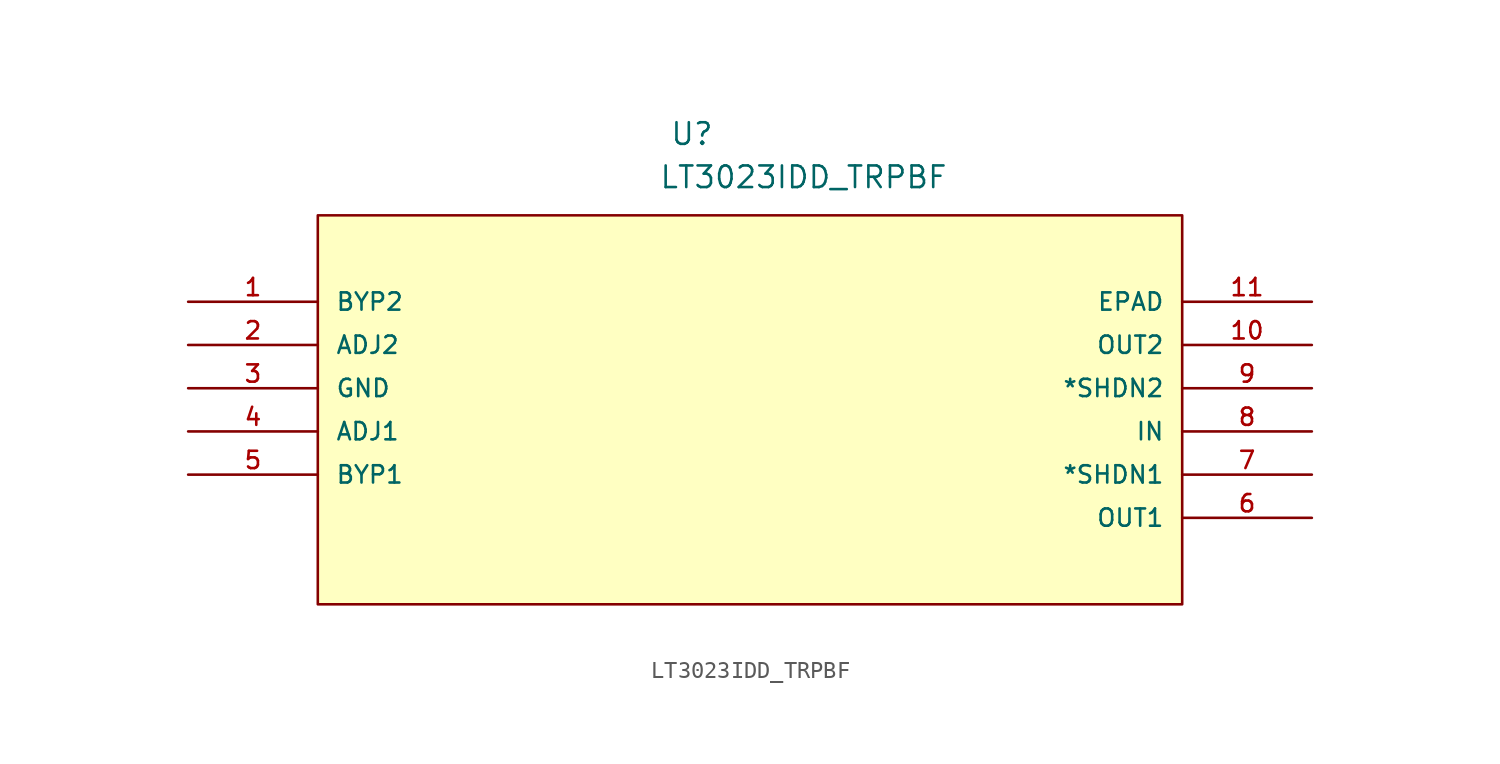
<source format=kicad_sym>
(kicad_symbol_lib
  (version 20231120)
  (generator "kicad_symbol_editor")
  (generator_version "8.0")
  (symbol "LT3023IDD_TRPBF"
    (pin_names
      (offset 1.016))
    (property "Reference" "U"
      (at 28.296 9.119 0)
      (effects (font (size 1.27 1.27)) (justify left bottom)))
    (property "Value" "LT3023IDD_TRPBF"
      (at 27.661 6.579 0)
      (effects (font (size 1.27 1.27)) (justify left bottom)))
    (symbol "LT3023IDD_TRPBF_0_0"
      (rectangle (start 7.62 -17.78) (end 58.42 5.08) (stroke (width 0.152) (type default)) (fill (type background)))
      (pin passive line (at 0 0 0) (length 7.62) (name "BYP2" (effects (font (size 1.016 1.016)))) (number "1" (effects (font (size 1.016 1.016)))))
      (pin output line (at 66.04 -2.54 180) (length 7.62) (name "OUT2" (effects (font (size 1.016 1.016)))) (number "10" (effects (font (size 1.016 1.016)))))
      (pin passive line (at 66.04 0 180) (length 7.62) (name "EPAD" (effects (font (size 1.016 1.016)))) (number "11" (effects (font (size 1.016 1.016)))))
      (pin input line (at 0 -2.54 0) (length 7.62) (name "ADJ2" (effects (font (size 1.016 1.016)))) (number "2" (effects (font (size 1.016 1.016)))))
      (pin power_in line (at 0 -5.08 0) (length 7.62) (name "GND" (effects (font (size 1.016 1.016)))) (number "3" (effects (font (size 1.016 1.016)))))
      (pin input line (at 0 -7.62 0) (length 7.62) (name "ADJ1" (effects (font (size 1.016 1.016)))) (number "4" (effects (font (size 1.016 1.016)))))
      (pin passive line (at 0 -10.16 0) (length 7.62) (name "BYP1" (effects (font (size 1.016 1.016)))) (number "5" (effects (font (size 1.016 1.016)))))
      (pin output line (at 66.04 -12.7 180) (length 7.62) (name "OUT1" (effects (font (size 1.016 1.016)))) (number "6" (effects (font (size 1.016 1.016)))))
      (pin output line (at 66.04 -10.16 180) (length 7.62) (name "*SHDN1" (effects (font (size 1.016 1.016)))) (number "7" (effects (font (size 1.016 1.016)))))
      (pin input line (at 66.04 -7.62 180) (length 7.62) (name "IN" (effects (font (size 1.016 1.016)))) (number "8" (effects (font (size 1.016 1.016)))))
      (pin output line (at 66.04 -5.08 180) (length 7.62) (name "*SHDN2" (effects (font (size 1.016 1.016)))) (number "9" (effects (font (size 1.016 1.016))))))))
</source>
